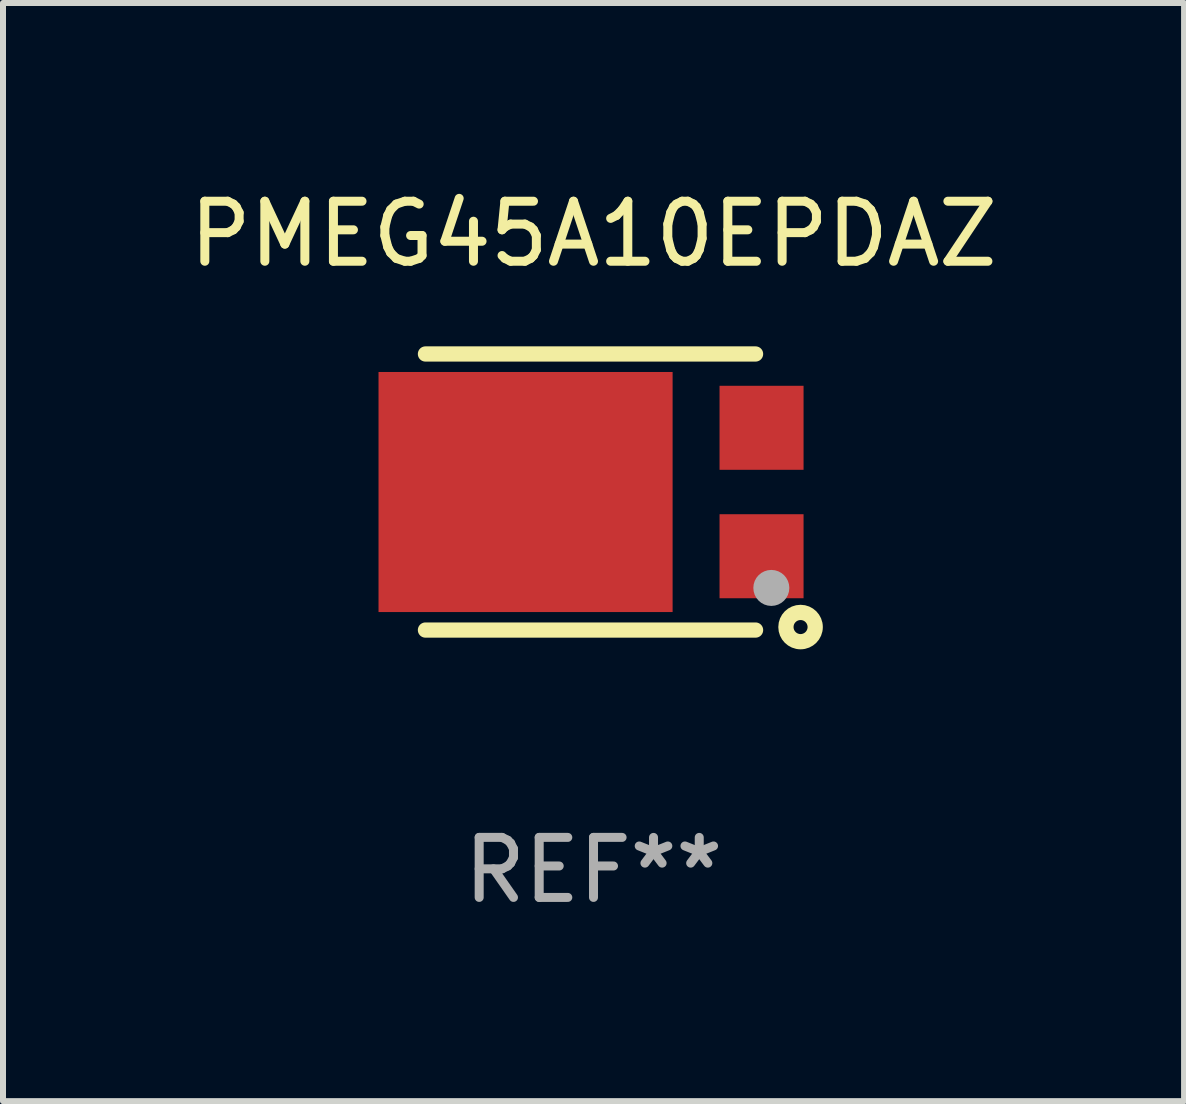
<source format=kicad_pcb>
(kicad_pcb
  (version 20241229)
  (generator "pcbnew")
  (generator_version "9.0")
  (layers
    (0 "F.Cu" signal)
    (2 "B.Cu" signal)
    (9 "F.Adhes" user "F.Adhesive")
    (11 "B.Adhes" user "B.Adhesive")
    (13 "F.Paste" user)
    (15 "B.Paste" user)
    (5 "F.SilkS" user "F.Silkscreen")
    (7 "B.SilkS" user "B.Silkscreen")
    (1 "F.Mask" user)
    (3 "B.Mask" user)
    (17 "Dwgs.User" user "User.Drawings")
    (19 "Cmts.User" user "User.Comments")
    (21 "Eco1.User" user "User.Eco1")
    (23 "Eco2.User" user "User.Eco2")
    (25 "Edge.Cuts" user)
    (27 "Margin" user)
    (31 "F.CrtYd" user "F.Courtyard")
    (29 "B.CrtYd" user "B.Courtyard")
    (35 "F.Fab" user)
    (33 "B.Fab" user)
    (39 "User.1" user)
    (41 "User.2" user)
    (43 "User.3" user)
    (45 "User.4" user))
  (footprint "PMEG45A10EPDAZ"
    (layer "F.Cu")
    (at 6.839 5.148)
    (property "Reference" "PMEG45A10EPDAZ" (at 0 -4.3 0) (layer "F.SilkS") (effects (font (size 1 1) (thickness 0.15))))
    (attr through_hole)
    (fp_line (start -2.8 2.3) (end 2.7 2.3) (stroke (width 0.254) (type solid)) (layer "F.SilkS"))
    (fp_line (start 2.7 -2.3) (end -2.8 -2.3) (stroke (width 0.254) (type solid)) (layer "F.SilkS"))
    (fp_circle (center 3.2 2.15) (end 3.23 2.15) (stroke (width 0.06) (type solid)) (fill no) (layer "F.SilkS"))
    (fp_circle (center 3.45 2.25) (end 3.567 2.25) (stroke (width 0.254) (type solid)) (fill no) (layer "F.SilkS"))
    (fp_circle (center 2.963 1.598) (end 3.113 1.598) (stroke (width 0.3) (type solid)) (fill no) (layer "F.Fab"))
    (fp_text user "REF**" (at 0 6.3 0) (layer "F.Fab") (effects (font (size 1 1) (thickness 0.15))))
    (pad "1" smd rect (at 2.8 1.07 90) (size 1.4 1.4) (layers "F.Cu" "F.Mask" "F.Paste"))
    (pad "2" smd rect (at 2.8 -1.07 90) (size 1.4 1.4) (layers "F.Cu" "F.Mask" "F.Paste"))
    (pad "3" smd rect (at -1.132 0 90) (size 4 4.9) (layers "F.Cu" "F.Mask" "F.Paste")))
  (gr_rect
    (start -3 -3)
    (end 16.679 15.297)
    (stroke (width 0.1) (type default))
    (fill no)
    (layer "Edge.Cuts")))
</source>
